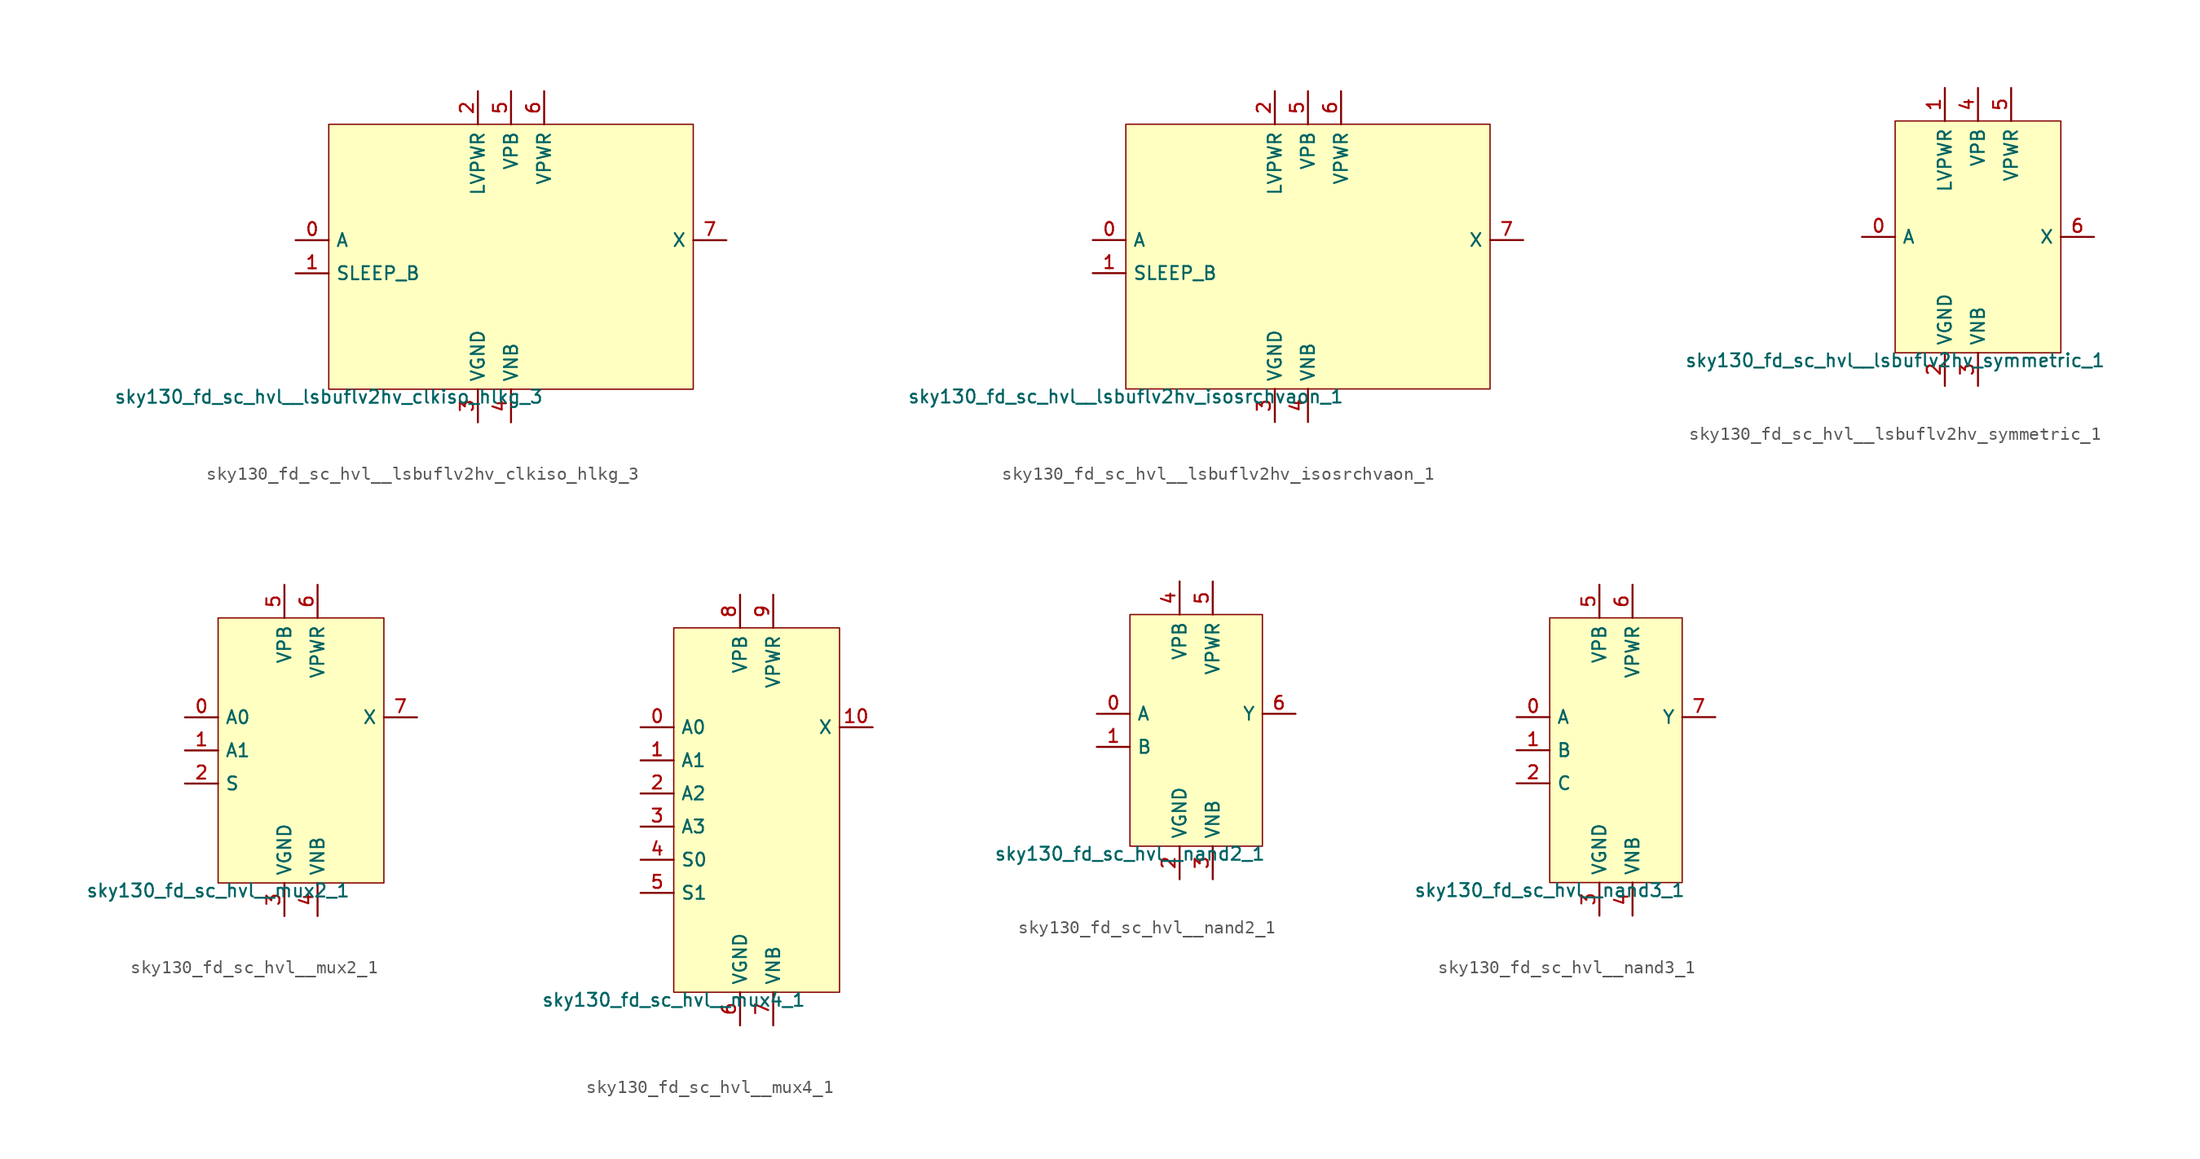
<source format=kicad_sym>
(kicad_symbol_lib
  (version 20211014)
  (generator lef2kicad_sym)
  (symbol "sky130_fd_sc_hvl__lsbuflv2hv_clkiso_hlkg_3"
    (property "Reference" "X"
      (at 0 0 0)
      (effects (font (size 1 1)) hide))
    (property "Value" "sky130_fd_sc_hvl__lsbuflv2hv_clkiso_hlkg_3"
      (at -13.97 -10.16 0)
      (effects (font (size 1 1)) (justify top)))
    (rectangle
      (start -13.97 -10.16)
      (end 13.97 10.16)
      (stroke (width 0.1) (type solid) (color 0 0 0 0))
      (fill (type background)))
    (pin input line
      (at -16.51 1.27 0)
      (length 2.54)
      (name "A" (effects (font (size 1 1)) hide))
      (number "0" (effects (font (size 1 1)) hide)))
    (pin input line
      (at -16.51 -1.27 0)
      (length 2.54)
      (name "SLEEP_B" (effects (font (size 1 1)) hide))
      (number "1" (effects (font (size 1 1)) hide)))
    (pin power_in line
      (at -2.54 12.7 270)
      (length 2.54)
      (name "LVPWR" (effects (font (size 1 1)) hide))
      (number "2" (effects (font (size 1 1)) hide)))
    (pin power_in line
      (at -2.54 -12.7 90)
      (length 2.54)
      (name "VGND" (effects (font (size 1 1)) hide))
      (number "3" (effects (font (size 1 1)) hide)))
    (pin power_in line
      (at 0.0 -12.7 90)
      (length 2.54)
      (name "VNB" (effects (font (size 1 1)) hide))
      (number "4" (effects (font (size 1 1)) hide)))
    (pin power_in line
      (at 0.0 12.7 270)
      (length 2.54)
      (name "VPB" (effects (font (size 1 1)) hide))
      (number "5" (effects (font (size 1 1)) hide)))
    (pin power_in line
      (at 2.54 12.7 270)
      (length 2.54)
      (name "VPWR" (effects (font (size 1 1)) hide))
      (number "6" (effects (font (size 1 1)) hide)))
    (pin output line
      (at 16.51 1.27 180)
      (length 2.54)
      (name "X" (effects (font (size 1 1)) hide))
      (number "7" (effects (font (size 1 1)) hide))))
  (symbol "sky130_fd_sc_hvl__lsbuflv2hv_isosrchvaon_1"
    (property "Reference" "X"
      (at 0 0 0)
      (effects (font (size 1 1)) hide))
    (property "Value" "sky130_fd_sc_hvl__lsbuflv2hv_isosrchvaon_1"
      (at -13.97 -10.16 0)
      (effects (font (size 1 1)) (justify top)))
    (rectangle
      (start -13.97 -10.16)
      (end 13.97 10.16)
      (stroke (width 0.1) (type solid) (color 0 0 0 0))
      (fill (type background)))
    (pin input line
      (at -16.51 1.27 0)
      (length 2.54)
      (name "A" (effects (font (size 1 1)) hide))
      (number "0" (effects (font (size 1 1)) hide)))
    (pin input line
      (at -16.51 -1.27 0)
      (length 2.54)
      (name "SLEEP_B" (effects (font (size 1 1)) hide))
      (number "1" (effects (font (size 1 1)) hide)))
    (pin power_in line
      (at -2.54 12.7 270)
      (length 2.54)
      (name "LVPWR" (effects (font (size 1 1)) hide))
      (number "2" (effects (font (size 1 1)) hide)))
    (pin power_in line
      (at -2.54 -12.7 90)
      (length 2.54)
      (name "VGND" (effects (font (size 1 1)) hide))
      (number "3" (effects (font (size 1 1)) hide)))
    (pin power_in line
      (at 0.0 -12.7 90)
      (length 2.54)
      (name "VNB" (effects (font (size 1 1)) hide))
      (number "4" (effects (font (size 1 1)) hide)))
    (pin power_in line
      (at 0.0 12.7 270)
      (length 2.54)
      (name "VPB" (effects (font (size 1 1)) hide))
      (number "5" (effects (font (size 1 1)) hide)))
    (pin power_in line
      (at 2.54 12.7 270)
      (length 2.54)
      (name "VPWR" (effects (font (size 1 1)) hide))
      (number "6" (effects (font (size 1 1)) hide)))
    (pin output line
      (at 16.51 1.27 180)
      (length 2.54)
      (name "X" (effects (font (size 1 1)) hide))
      (number "7" (effects (font (size 1 1)) hide))))
  (symbol "sky130_fd_sc_hvl__lsbuflv2hv_symmetric_1"
    (property "Reference" "X"
      (at 0 0 0)
      (effects (font (size 1 1)) hide))
    (property "Value" "sky130_fd_sc_hvl__lsbuflv2hv_symmetric_1"
      (at -6.35 -8.89 0)
      (effects (font (size 1 1)) (justify top)))
    (rectangle
      (start -6.35 -8.89)
      (end 6.35 8.89)
      (stroke (width 0.1) (type solid) (color 0 0 0 0))
      (fill (type background)))
    (pin input line
      (at -8.89 8.881784197001252e-16 0)
      (length 2.54)
      (name "A" (effects (font (size 1 1)) hide))
      (number "0" (effects (font (size 1 1)) hide)))
    (pin power_in line
      (at -2.54 11.43 270)
      (length 2.54)
      (name "LVPWR" (effects (font (size 1 1)) hide))
      (number "1" (effects (font (size 1 1)) hide)))
    (pin power_in line
      (at -2.54 -11.43 90)
      (length 2.54)
      (name "VGND" (effects (font (size 1 1)) hide))
      (number "2" (effects (font (size 1 1)) hide)))
    (pin power_in line
      (at 4.440892098500626e-16 -11.43 90)
      (length 2.54)
      (name "VNB" (effects (font (size 1 1)) hide))
      (number "3" (effects (font (size 1 1)) hide)))
    (pin power_in line
      (at 4.440892098500626e-16 11.43 270)
      (length 2.54)
      (name "VPB" (effects (font (size 1 1)) hide))
      (number "4" (effects (font (size 1 1)) hide)))
    (pin power_in line
      (at 2.54 11.43 270)
      (length 2.54)
      (name "VPWR" (effects (font (size 1 1)) hide))
      (number "5" (effects (font (size 1 1)) hide)))
    (pin output line
      (at 8.89 8.881784197001252e-16 180)
      (length 2.54)
      (name "X" (effects (font (size 1 1)) hide))
      (number "6" (effects (font (size 1 1)) hide))))
  (symbol "sky130_fd_sc_hvl__mux2_1"
    (property "Reference" "X"
      (at 0 0 0)
      (effects (font (size 1 1)) hide))
    (property "Value" "sky130_fd_sc_hvl__mux2_1"
      (at -6.35 -10.16 0)
      (effects (font (size 1 1)) (justify top)))
    (rectangle
      (start -6.35 -10.16)
      (end 6.35 10.16)
      (stroke (width 0.1) (type solid) (color 0 0 0 0))
      (fill (type background)))
    (pin input line
      (at -8.89 2.54 0)
      (length 2.54)
      (name "A0" (effects (font (size 1 1)) hide))
      (number "0" (effects (font (size 1 1)) hide)))
    (pin input line
      (at -8.89 0.0 0)
      (length 2.54)
      (name "A1" (effects (font (size 1 1)) hide))
      (number "1" (effects (font (size 1 1)) hide)))
    (pin input line
      (at -8.89 -2.54 0)
      (length 2.54)
      (name "S" (effects (font (size 1 1)) hide))
      (number "2" (effects (font (size 1 1)) hide)))
    (pin power_in line
      (at -1.27 -12.7 90)
      (length 2.54)
      (name "VGND" (effects (font (size 1 1)) hide))
      (number "3" (effects (font (size 1 1)) hide)))
    (pin power_in line
      (at 1.27 -12.7 90)
      (length 2.54)
      (name "VNB" (effects (font (size 1 1)) hide))
      (number "4" (effects (font (size 1 1)) hide)))
    (pin power_in line
      (at -1.27 12.7 270)
      (length 2.54)
      (name "VPB" (effects (font (size 1 1)) hide))
      (number "5" (effects (font (size 1 1)) hide)))
    (pin power_in line
      (at 1.27 12.7 270)
      (length 2.54)
      (name "VPWR" (effects (font (size 1 1)) hide))
      (number "6" (effects (font (size 1 1)) hide)))
    (pin output line
      (at 8.89 2.54 180)
      (length 2.54)
      (name "X" (effects (font (size 1 1)) hide))
      (number "7" (effects (font (size 1 1)) hide))))
  (symbol "sky130_fd_sc_hvl__mux4_1"
    (property "Reference" "X"
      (at 0 0 0)
      (effects (font (size 1 1)) hide))
    (property "Value" "sky130_fd_sc_hvl__mux4_1"
      (at -6.35 -13.97 0)
      (effects (font (size 1 1)) (justify top)))
    (rectangle
      (start -6.35 -13.97)
      (end 6.35 13.97)
      (stroke (width 0.1) (type solid) (color 0 0 0 0))
      (fill (type background)))
    (pin input line
      (at -8.89 6.35 0)
      (length 2.54)
      (name "A0" (effects (font (size 1 1)) hide))
      (number "0" (effects (font (size 1 1)) hide)))
    (pin input line
      (at -8.89 3.81 0)
      (length 2.54)
      (name "A1" (effects (font (size 1 1)) hide))
      (number "1" (effects (font (size 1 1)) hide)))
    (pin input line
      (at -8.89 1.27 0)
      (length 2.54)
      (name "A2" (effects (font (size 1 1)) hide))
      (number "2" (effects (font (size 1 1)) hide)))
    (pin input line
      (at -8.89 -1.27 0)
      (length 2.54)
      (name "A3" (effects (font (size 1 1)) hide))
      (number "3" (effects (font (size 1 1)) hide)))
    (pin input line
      (at -8.89 -3.81 0)
      (length 2.54)
      (name "S0" (effects (font (size 1 1)) hide))
      (number "4" (effects (font (size 1 1)) hide)))
    (pin input line
      (at -8.89 -6.35 0)
      (length 2.54)
      (name "S1" (effects (font (size 1 1)) hide))
      (number "5" (effects (font (size 1 1)) hide)))
    (pin power_in line
      (at -1.27 -16.51 90)
      (length 2.54)
      (name "VGND" (effects (font (size 1 1)) hide))
      (number "6" (effects (font (size 1 1)) hide)))
    (pin power_in line
      (at 1.27 -16.51 90)
      (length 2.54)
      (name "VNB" (effects (font (size 1 1)) hide))
      (number "7" (effects (font (size 1 1)) hide)))
    (pin power_in line
      (at -1.27 16.51 270)
      (length 2.54)
      (name "VPB" (effects (font (size 1 1)) hide))
      (number "8" (effects (font (size 1 1)) hide)))
    (pin power_in line
      (at 1.27 16.51 270)
      (length 2.54)
      (name "VPWR" (effects (font (size 1 1)) hide))
      (number "9" (effects (font (size 1 1)) hide)))
    (pin output line
      (at 8.89 6.35 180)
      (length 2.54)
      (name "X" (effects (font (size 1 1)) hide))
      (number "10" (effects (font (size 1 1)) hide))))
  (symbol "sky130_fd_sc_hvl__nand2_1"
    (property "Reference" "X"
      (at 0 0 0)
      (effects (font (size 1 1)) hide))
    (property "Value" "sky130_fd_sc_hvl__nand2_1"
      (at -5.08 -8.89 0)
      (effects (font (size 1 1)) (justify top)))
    (rectangle
      (start -5.08 -8.89)
      (end 5.08 8.89)
      (stroke (width 0.1) (type solid) (color 0 0 0 0))
      (fill (type background)))
    (pin input line
      (at -7.62 1.27 0)
      (length 2.54)
      (name "A" (effects (font (size 1 1)) hide))
      (number "0" (effects (font (size 1 1)) hide)))
    (pin input line
      (at -7.62 -1.27 0)
      (length 2.54)
      (name "B" (effects (font (size 1 1)) hide))
      (number "1" (effects (font (size 1 1)) hide)))
    (pin power_in line
      (at -1.27 -11.43 90)
      (length 2.54)
      (name "VGND" (effects (font (size 1 1)) hide))
      (number "2" (effects (font (size 1 1)) hide)))
    (pin power_in line
      (at 1.27 -11.43 90)
      (length 2.54)
      (name "VNB" (effects (font (size 1 1)) hide))
      (number "3" (effects (font (size 1 1)) hide)))
    (pin power_in line
      (at -1.27 11.43 270)
      (length 2.54)
      (name "VPB" (effects (font (size 1 1)) hide))
      (number "4" (effects (font (size 1 1)) hide)))
    (pin power_in line
      (at 1.27 11.43 270)
      (length 2.54)
      (name "VPWR" (effects (font (size 1 1)) hide))
      (number "5" (effects (font (size 1 1)) hide)))
    (pin output line
      (at 7.62 1.27 180)
      (length 2.54)
      (name "Y" (effects (font (size 1 1)) hide))
      (number "6" (effects (font (size 1 1)) hide))))
  (symbol "sky130_fd_sc_hvl__nand3_1"
    (property "Reference" "X"
      (at 0 0 0)
      (effects (font (size 1 1)) hide))
    (property "Value" "sky130_fd_sc_hvl__nand3_1"
      (at -5.08 -10.16 0)
      (effects (font (size 1 1)) (justify top)))
    (rectangle
      (start -5.08 -10.16)
      (end 5.08 10.16)
      (stroke (width 0.1) (type solid) (color 0 0 0 0))
      (fill (type background)))
    (pin input line
      (at -7.62 2.54 0)
      (length 2.54)
      (name "A" (effects (font (size 1 1)) hide))
      (number "0" (effects (font (size 1 1)) hide)))
    (pin input line
      (at -7.62 0.0 0)
      (length 2.54)
      (name "B" (effects (font (size 1 1)) hide))
      (number "1" (effects (font (size 1 1)) hide)))
    (pin input line
      (at -7.62 -2.54 0)
      (length 2.54)
      (name "C" (effects (font (size 1 1)) hide))
      (number "2" (effects (font (size 1 1)) hide)))
    (pin power_in line
      (at -1.27 -12.7 90)
      (length 2.54)
      (name "VGND" (effects (font (size 1 1)) hide))
      (number "3" (effects (font (size 1 1)) hide)))
    (pin power_in line
      (at 1.27 -12.7 90)
      (length 2.54)
      (name "VNB" (effects (font (size 1 1)) hide))
      (number "4" (effects (font (size 1 1)) hide)))
    (pin power_in line
      (at -1.27 12.7 270)
      (length 2.54)
      (name "VPB" (effects (font (size 1 1)) hide))
      (number "5" (effects (font (size 1 1)) hide)))
    (pin power_in line
      (at 1.27 12.7 270)
      (length 2.54)
      (name "VPWR" (effects (font (size 1 1)) hide))
      (number "6" (effects (font (size 1 1)) hide)))
    (pin output line
      (at 7.62 2.54 180)
      (length 2.54)
      (name "Y" (effects (font (size 1 1)) hide))
      (number "7" (effects (font (size 1 1)) hide)))))
</source>
